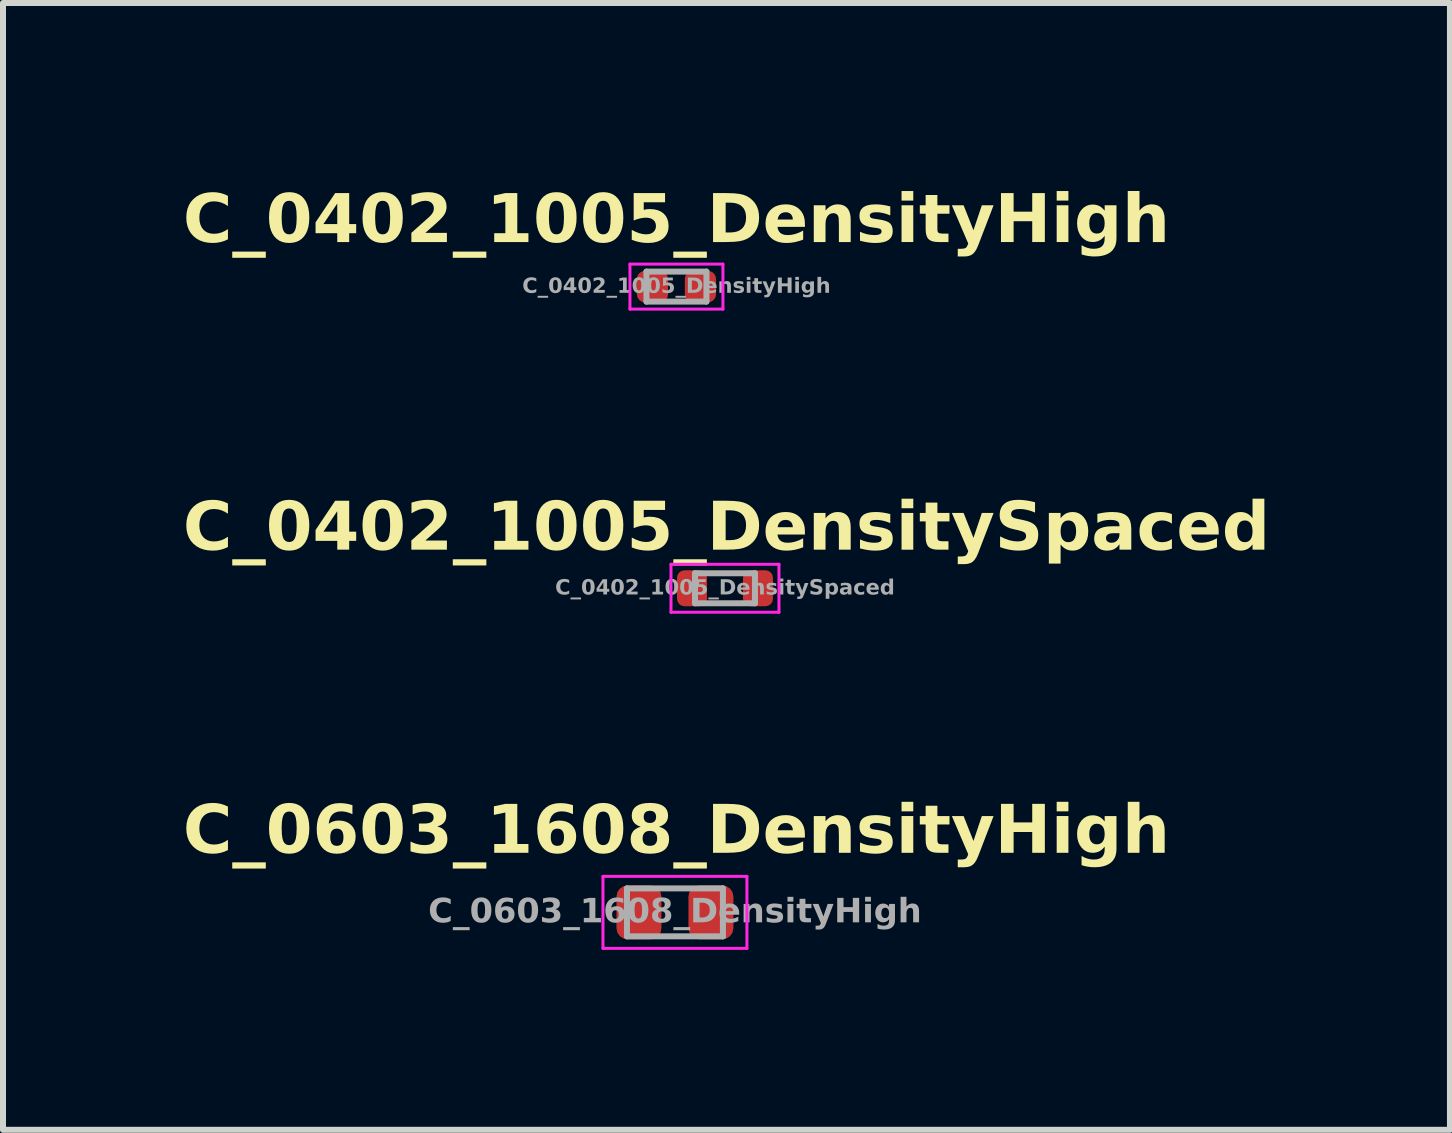
<source format=kicad_pcb>
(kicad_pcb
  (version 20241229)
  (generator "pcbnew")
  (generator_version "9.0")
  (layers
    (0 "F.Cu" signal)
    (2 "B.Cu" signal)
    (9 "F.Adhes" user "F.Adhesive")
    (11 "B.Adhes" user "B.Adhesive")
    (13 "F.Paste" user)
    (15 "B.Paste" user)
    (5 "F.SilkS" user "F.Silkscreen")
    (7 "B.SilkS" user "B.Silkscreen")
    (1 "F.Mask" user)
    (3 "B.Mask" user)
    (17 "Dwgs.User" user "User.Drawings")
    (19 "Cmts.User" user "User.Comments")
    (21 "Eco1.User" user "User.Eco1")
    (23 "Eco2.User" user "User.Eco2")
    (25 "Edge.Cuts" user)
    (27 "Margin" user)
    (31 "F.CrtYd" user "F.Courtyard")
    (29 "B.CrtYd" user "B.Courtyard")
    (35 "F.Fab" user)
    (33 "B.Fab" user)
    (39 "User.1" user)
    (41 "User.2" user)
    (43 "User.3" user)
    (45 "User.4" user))
  (footprint "C_0402_1005_DensityHigh"
    (layer "F.Cu")
    (at 8.227 1.728)
    (property "Reference" "C_0402_1005_DensityHigh" (at 0 -1.075 0) (unlocked yes) (layer "F.SilkS") (effects (font (face "JetBrains Mono SemiBold") (size 0.8 0.8) (thickness 0.1))))
    (attr smd)
    (fp_line (start -0.775 -0.375) (end 0.775 -0.375) (stroke (width 0.05) (type solid)) (layer "F.CrtYd"))
    (fp_line (start -0.775 0.375) (end -0.775 -0.375) (stroke (width 0.05) (type solid)) (layer "F.CrtYd"))
    (fp_line (start 0.775 -0.375) (end 0.775 0.375) (stroke (width 0.05) (type solid)) (layer "F.CrtYd"))
    (fp_line (start 0.775 0.375) (end -0.775 0.375) (stroke (width 0.05) (type solid)) (layer "F.CrtYd"))
    (fp_line (start -0.5 -0.25) (end 0.5 -0.25) (stroke (width 0.1) (type solid)) (layer "F.Fab"))
    (fp_line (start -0.5 0.25) (end -0.5 -0.25) (stroke (width 0.1) (type solid)) (layer "F.Fab"))
    (fp_line (start 0.5 -0.25) (end 0.5 0.25) (stroke (width 0.1) (type solid)) (layer "F.Fab"))
    (fp_line (start 0.5 0.25) (end -0.5 0.25) (stroke (width 0.1) (type solid)) (layer "F.Fab"))
    (fp_text user "${REFERENCE}" (at 0 0 0) (layer "F.Fab") (effects (font (face "JetBrains Mono SemiBold") (size 0.25 0.25) (thickness 0.04))))
    (pad "1" smd roundrect (at -0.4 0) (size 0.52 0.52) (layers "F.Cu" "F.Mask" "F.Paste") (roundrect_rratio 0.25))
    (pad "2" smd roundrect (at 0.4 0) (size 0.52 0.52) (layers "F.Cu" "F.Mask" "F.Paste") (roundrect_rratio 0.25)))
  (footprint "C_0603_1608_DensityHigh"
    (layer "F.Cu")
    (at 8.202 12.16)
    (property "Reference" "C_0603_1608_DensityHigh" (at 0.025 -1.325 0) (unlocked yes) (layer "F.SilkS") (effects (font (face "JetBrains Mono SemiBold") (size 0.8 0.8) (thickness 0.1) (bold yes))))
    (attr smd)
    (fp_line (start -1.2 -0.6) (end 1.2 -0.6) (stroke (width 0.05) (type solid)) (layer "F.CrtYd"))
    (fp_line (start -1.2 0.6) (end -1.2 -0.6) (stroke (width 0.05) (type solid)) (layer "F.CrtYd"))
    (fp_line (start 1.2 -0.6) (end 1.2 0.6) (stroke (width 0.05) (type solid)) (layer "F.CrtYd"))
    (fp_line (start 1.2 0.6) (end -1.2 0.6) (stroke (width 0.05) (type solid)) (layer "F.CrtYd"))
    (fp_line (start -0.8 -0.4) (end 0.8 -0.4) (stroke (width 0.1) (type solid)) (layer "F.Fab"))
    (fp_line (start -0.8 0.4) (end -0.8 -0.4) (stroke (width 0.1) (type solid)) (layer "F.Fab"))
    (fp_line (start 0.8 -0.4) (end 0.8 0.4) (stroke (width 0.1) (type solid)) (layer "F.Fab"))
    (fp_line (start 0.8 0.4) (end -0.8 0.4) (stroke (width 0.1) (type solid)) (layer "F.Fab"))
    (fp_text user "${REFERENCE}" (at 0 0 0) (layer "F.Fab") (effects (font (face "JetBrains Mono SemiBold") (size 0.4 0.4) (thickness 0.06))))
    (pad "1" smd roundrect (at -0.6 0) (size 0.75 0.9) (layers "F.Cu" "F.Mask" "F.Paste") (roundrect_rratio 0.25))
    (pad "2" smd roundrect (at 0.6 0) (size 0.75 0.9) (layers "F.Cu" "F.Mask" "F.Paste") (roundrect_rratio 0.25)))
  (footprint "C_0402_1005_DensitySpaced"
    (layer "F.Cu")
    (at 9.036 6.757)
    (property "Reference" "C_0402_1005_DensitySpaced" (at 0.025 -0.975 0) (unlocked yes) (layer "F.SilkS") (effects (font (face "JetBrains Mono SemiBold") (size 0.8 0.8) (thickness 0.1))))
    (attr smd)
    (fp_line (start -0.9 -0.4) (end 0.9 -0.4) (stroke (width 0.05) (type solid)) (layer "F.CrtYd"))
    (fp_line (start -0.9 0.4) (end -0.9 -0.4) (stroke (width 0.05) (type solid)) (layer "F.CrtYd"))
    (fp_line (start 0.9 -0.4) (end 0.9 0.4) (stroke (width 0.05) (type solid)) (layer "F.CrtYd"))
    (fp_line (start 0.9 0.4) (end -0.9 0.4) (stroke (width 0.05) (type solid)) (layer "F.CrtYd"))
    (fp_line (start -0.5 -0.25) (end 0.5 -0.25) (stroke (width 0.1) (type solid)) (layer "F.Fab"))
    (fp_line (start -0.5 0.25) (end -0.5 -0.25) (stroke (width 0.1) (type solid)) (layer "F.Fab"))
    (fp_line (start 0.5 -0.25) (end 0.5 0.25) (stroke (width 0.1) (type solid)) (layer "F.Fab"))
    (fp_line (start 0.5 0.25) (end -0.5 0.25) (stroke (width 0.1) (type solid)) (layer "F.Fab"))
    (fp_text user "${REFERENCE}" (at 0 0 0) (layer "F.Fab") (effects (font (face "JetBrains Mono SemiBold") (size 0.25 0.25) (thickness 0.04))))
    (pad "1" smd roundrect (at -0.55 0) (size 0.5 0.6) (layers "F.Cu" "F.Mask" "F.Paste") (roundrect_rratio 0.25))
    (pad "2" smd roundrect (at 0.55 0) (size 0.5 0.6) (layers "F.Cu" "F.Mask" "F.Paste") (roundrect_rratio 0.25)))
  (gr_rect
    (start -3 -3)
    (end 21.122 15.785)
    (stroke (width 0.1) (type default))
    (fill no)
    (layer "Edge.Cuts")))
</source>
